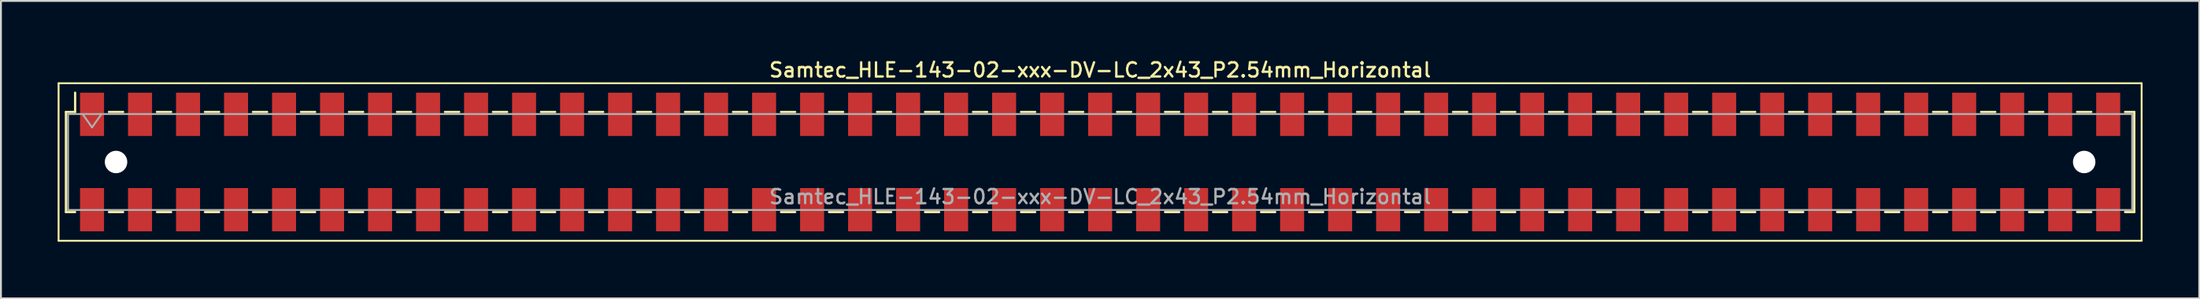
<source format=kicad_pcb>
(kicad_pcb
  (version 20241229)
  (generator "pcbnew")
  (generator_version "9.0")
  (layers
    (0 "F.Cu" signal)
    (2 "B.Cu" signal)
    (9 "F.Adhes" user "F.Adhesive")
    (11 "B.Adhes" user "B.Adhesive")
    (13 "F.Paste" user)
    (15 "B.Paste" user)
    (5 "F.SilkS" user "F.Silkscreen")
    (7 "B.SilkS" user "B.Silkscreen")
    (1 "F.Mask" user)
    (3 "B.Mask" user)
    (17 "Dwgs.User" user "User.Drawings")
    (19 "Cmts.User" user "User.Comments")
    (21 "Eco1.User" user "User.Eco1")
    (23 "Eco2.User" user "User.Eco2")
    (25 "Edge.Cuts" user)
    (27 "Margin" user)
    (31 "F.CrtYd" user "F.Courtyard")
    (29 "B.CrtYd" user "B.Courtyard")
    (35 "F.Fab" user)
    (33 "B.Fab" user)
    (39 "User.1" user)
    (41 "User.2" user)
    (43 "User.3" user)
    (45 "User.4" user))
  (footprint "Samtec_HLE-143-02-xxx-DV-LC_2x43_P2.54mm_Horizontal"
    (layer "F.Cu")
    (at 55.16 5.528)
    (property "Reference" "Samtec_HLE-143-02-xxx-DV-LC_2x43_P2.54mm_Horizontal" (at 0 -4.87 0) (layer "F.SilkS") (effects (font (size 0.75 0.75) (thickness 0.125))))
    (attr smd)
    (fp_line (start -55.11 -4.17) (end 55.11 -4.17) (stroke (width 0.1) (type solid)) (layer "F.SilkS"))
    (fp_line (start -55.11 4.17) (end -55.11 -4.17) (stroke (width 0.1) (type solid)) (layer "F.SilkS"))
    (fp_line (start -54.72 -2.65) (end -54.72 2.65) (stroke (width 0.12) (type solid)) (layer "F.SilkS"))
    (fp_line (start -54.72 2.65) (end -54.235 2.65) (stroke (width 0.12) (type solid)) (layer "F.SilkS"))
    (fp_line (start -54.235 -3.67) (end -54.235 -2.65) (stroke (width 0.12) (type solid)) (layer "F.SilkS"))
    (fp_line (start -54.235 -2.65) (end -54.72 -2.65) (stroke (width 0.12) (type solid)) (layer "F.SilkS"))
    (fp_line (start -52.445 -2.65) (end -51.695 -2.65) (stroke (width 0.12) (type solid)) (layer "F.SilkS"))
    (fp_line (start -52.445 2.65) (end -51.695 2.65) (stroke (width 0.12) (type solid)) (layer "F.SilkS"))
    (fp_line (start -49.905 -2.65) (end -49.155 -2.65) (stroke (width 0.12) (type solid)) (layer "F.SilkS"))
    (fp_line (start -49.905 2.65) (end -49.155 2.65) (stroke (width 0.12) (type solid)) (layer "F.SilkS"))
    (fp_line (start -47.365 -2.65) (end -46.615 -2.65) (stroke (width 0.12) (type solid)) (layer "F.SilkS"))
    (fp_line (start -47.365 2.65) (end -46.615 2.65) (stroke (width 0.12) (type solid)) (layer "F.SilkS"))
    (fp_line (start -44.825 -2.65) (end -44.075 -2.65) (stroke (width 0.12) (type solid)) (layer "F.SilkS"))
    (fp_line (start -44.825 2.65) (end -44.075 2.65) (stroke (width 0.12) (type solid)) (layer "F.SilkS"))
    (fp_line (start -42.285 -2.65) (end -41.535 -2.65) (stroke (width 0.12) (type solid)) (layer "F.SilkS"))
    (fp_line (start -42.285 2.65) (end -41.535 2.65) (stroke (width 0.12) (type solid)) (layer "F.SilkS"))
    (fp_line (start -39.745 -2.65) (end -38.995 -2.65) (stroke (width 0.12) (type solid)) (layer "F.SilkS"))
    (fp_line (start -39.745 2.65) (end -38.995 2.65) (stroke (width 0.12) (type solid)) (layer "F.SilkS"))
    (fp_line (start -37.205 -2.65) (end -36.455 -2.65) (stroke (width 0.12) (type solid)) (layer "F.SilkS"))
    (fp_line (start -37.205 2.65) (end -36.455 2.65) (stroke (width 0.12) (type solid)) (layer "F.SilkS"))
    (fp_line (start -34.665 -2.65) (end -33.915 -2.65) (stroke (width 0.12) (type solid)) (layer "F.SilkS"))
    (fp_line (start -34.665 2.65) (end -33.915 2.65) (stroke (width 0.12) (type solid)) (layer "F.SilkS"))
    (fp_line (start -32.125 -2.65) (end -31.375 -2.65) (stroke (width 0.12) (type solid)) (layer "F.SilkS"))
    (fp_line (start -32.125 2.65) (end -31.375 2.65) (stroke (width 0.12) (type solid)) (layer "F.SilkS"))
    (fp_line (start -29.585 -2.65) (end -28.835 -2.65) (stroke (width 0.12) (type solid)) (layer "F.SilkS"))
    (fp_line (start -29.585 2.65) (end -28.835 2.65) (stroke (width 0.12) (type solid)) (layer "F.SilkS"))
    (fp_line (start -27.045 -2.65) (end -26.295 -2.65) (stroke (width 0.12) (type solid)) (layer "F.SilkS"))
    (fp_line (start -27.045 2.65) (end -26.295 2.65) (stroke (width 0.12) (type solid)) (layer "F.SilkS"))
    (fp_line (start -24.505 -2.65) (end -23.755 -2.65) (stroke (width 0.12) (type solid)) (layer "F.SilkS"))
    (fp_line (start -24.505 2.65) (end -23.755 2.65) (stroke (width 0.12) (type solid)) (layer "F.SilkS"))
    (fp_line (start -21.965 -2.65) (end -21.215 -2.65) (stroke (width 0.12) (type solid)) (layer "F.SilkS"))
    (fp_line (start -21.965 2.65) (end -21.215 2.65) (stroke (width 0.12) (type solid)) (layer "F.SilkS"))
    (fp_line (start -19.425 -2.65) (end -18.675 -2.65) (stroke (width 0.12) (type solid)) (layer "F.SilkS"))
    (fp_line (start -19.425 2.65) (end -18.675 2.65) (stroke (width 0.12) (type solid)) (layer "F.SilkS"))
    (fp_line (start -16.885 -2.65) (end -16.135 -2.65) (stroke (width 0.12) (type solid)) (layer "F.SilkS"))
    (fp_line (start -16.885 2.65) (end -16.135 2.65) (stroke (width 0.12) (type solid)) (layer "F.SilkS"))
    (fp_line (start -14.345 -2.65) (end -13.595 -2.65) (stroke (width 0.12) (type solid)) (layer "F.SilkS"))
    (fp_line (start -14.345 2.65) (end -13.595 2.65) (stroke (width 0.12) (type solid)) (layer "F.SilkS"))
    (fp_line (start -11.805 -2.65) (end -11.055 -2.65) (stroke (width 0.12) (type solid)) (layer "F.SilkS"))
    (fp_line (start -11.805 2.65) (end -11.055 2.65) (stroke (width 0.12) (type solid)) (layer "F.SilkS"))
    (fp_line (start -9.265 -2.65) (end -8.515 -2.65) (stroke (width 0.12) (type solid)) (layer "F.SilkS"))
    (fp_line (start -9.265 2.65) (end -8.515 2.65) (stroke (width 0.12) (type solid)) (layer "F.SilkS"))
    (fp_line (start -6.725 -2.65) (end -5.975 -2.65) (stroke (width 0.12) (type solid)) (layer "F.SilkS"))
    (fp_line (start -6.725 2.65) (end -5.975 2.65) (stroke (width 0.12) (type solid)) (layer "F.SilkS"))
    (fp_line (start -4.185 -2.65) (end -3.435 -2.65) (stroke (width 0.12) (type solid)) (layer "F.SilkS"))
    (fp_line (start -4.185 2.65) (end -3.435 2.65) (stroke (width 0.12) (type solid)) (layer "F.SilkS"))
    (fp_line (start -1.645 -2.65) (end -0.895 -2.65) (stroke (width 0.12) (type solid)) (layer "F.SilkS"))
    (fp_line (start -1.645 2.65) (end -0.895 2.65) (stroke (width 0.12) (type solid)) (layer "F.SilkS"))
    (fp_line (start 0.895 -2.65) (end 1.645 -2.65) (stroke (width 0.12) (type solid)) (layer "F.SilkS"))
    (fp_line (start 0.895 2.65) (end 1.645 2.65) (stroke (width 0.12) (type solid)) (layer "F.SilkS"))
    (fp_line (start 3.435 -2.65) (end 4.185 -2.65) (stroke (width 0.12) (type solid)) (layer "F.SilkS"))
    (fp_line (start 3.435 2.65) (end 4.185 2.65) (stroke (width 0.12) (type solid)) (layer "F.SilkS"))
    (fp_line (start 5.975 -2.65) (end 6.725 -2.65) (stroke (width 0.12) (type solid)) (layer "F.SilkS"))
    (fp_line (start 5.975 2.65) (end 6.725 2.65) (stroke (width 0.12) (type solid)) (layer "F.SilkS"))
    (fp_line (start 8.515 -2.65) (end 9.265 -2.65) (stroke (width 0.12) (type solid)) (layer "F.SilkS"))
    (fp_line (start 8.515 2.65) (end 9.265 2.65) (stroke (width 0.12) (type solid)) (layer "F.SilkS"))
    (fp_line (start 11.055 -2.65) (end 11.805 -2.65) (stroke (width 0.12) (type solid)) (layer "F.SilkS"))
    (fp_line (start 11.055 2.65) (end 11.805 2.65) (stroke (width 0.12) (type solid)) (layer "F.SilkS"))
    (fp_line (start 13.595 -2.65) (end 14.345 -2.65) (stroke (width 0.12) (type solid)) (layer "F.SilkS"))
    (fp_line (start 13.595 2.65) (end 14.345 2.65) (stroke (width 0.12) (type solid)) (layer "F.SilkS"))
    (fp_line (start 16.135 -2.65) (end 16.885 -2.65) (stroke (width 0.12) (type solid)) (layer "F.SilkS"))
    (fp_line (start 16.135 2.65) (end 16.885 2.65) (stroke (width 0.12) (type solid)) (layer "F.SilkS"))
    (fp_line (start 18.675 -2.65) (end 19.425 -2.65) (stroke (width 0.12) (type solid)) (layer "F.SilkS"))
    (fp_line (start 18.675 2.65) (end 19.425 2.65) (stroke (width 0.12) (type solid)) (layer "F.SilkS"))
    (fp_line (start 21.215 -2.65) (end 21.965 -2.65) (stroke (width 0.12) (type solid)) (layer "F.SilkS"))
    (fp_line (start 21.215 2.65) (end 21.965 2.65) (stroke (width 0.12) (type solid)) (layer "F.SilkS"))
    (fp_line (start 23.755 -2.65) (end 24.505 -2.65) (stroke (width 0.12) (type solid)) (layer "F.SilkS"))
    (fp_line (start 23.755 2.65) (end 24.505 2.65) (stroke (width 0.12) (type solid)) (layer "F.SilkS"))
    (fp_line (start 26.295 -2.65) (end 27.045 -2.65) (stroke (width 0.12) (type solid)) (layer "F.SilkS"))
    (fp_line (start 26.295 2.65) (end 27.045 2.65) (stroke (width 0.12) (type solid)) (layer "F.SilkS"))
    (fp_line (start 28.835 -2.65) (end 29.585 -2.65) (stroke (width 0.12) (type solid)) (layer "F.SilkS"))
    (fp_line (start 28.835 2.65) (end 29.585 2.65) (stroke (width 0.12) (type solid)) (layer "F.SilkS"))
    (fp_line (start 31.375 -2.65) (end 32.125 -2.65) (stroke (width 0.12) (type solid)) (layer "F.SilkS"))
    (fp_line (start 31.375 2.65) (end 32.125 2.65) (stroke (width 0.12) (type solid)) (layer "F.SilkS"))
    (fp_line (start 33.915 -2.65) (end 34.665 -2.65) (stroke (width 0.12) (type solid)) (layer "F.SilkS"))
    (fp_line (start 33.915 2.65) (end 34.665 2.65) (stroke (width 0.12) (type solid)) (layer "F.SilkS"))
    (fp_line (start 36.455 -2.65) (end 37.205 -2.65) (stroke (width 0.12) (type solid)) (layer "F.SilkS"))
    (fp_line (start 36.455 2.65) (end 37.205 2.65) (stroke (width 0.12) (type solid)) (layer "F.SilkS"))
    (fp_line (start 38.995 -2.65) (end 39.745 -2.65) (stroke (width 0.12) (type solid)) (layer "F.SilkS"))
    (fp_line (start 38.995 2.65) (end 39.745 2.65) (stroke (width 0.12) (type solid)) (layer "F.SilkS"))
    (fp_line (start 41.535 -2.65) (end 42.285 -2.65) (stroke (width 0.12) (type solid)) (layer "F.SilkS"))
    (fp_line (start 41.535 2.65) (end 42.285 2.65) (stroke (width 0.12) (type solid)) (layer "F.SilkS"))
    (fp_line (start 44.075 -2.65) (end 44.825 -2.65) (stroke (width 0.12) (type solid)) (layer "F.SilkS"))
    (fp_line (start 44.075 2.65) (end 44.825 2.65) (stroke (width 0.12) (type solid)) (layer "F.SilkS"))
    (fp_line (start 46.615 -2.65) (end 47.365 -2.65) (stroke (width 0.12) (type solid)) (layer "F.SilkS"))
    (fp_line (start 46.615 2.65) (end 47.365 2.65) (stroke (width 0.12) (type solid)) (layer "F.SilkS"))
    (fp_line (start 49.155 -2.65) (end 49.905 -2.65) (stroke (width 0.12) (type solid)) (layer "F.SilkS"))
    (fp_line (start 49.155 2.65) (end 49.905 2.65) (stroke (width 0.12) (type solid)) (layer "F.SilkS"))
    (fp_line (start 51.695 -2.65) (end 52.445 -2.65) (stroke (width 0.12) (type solid)) (layer "F.SilkS"))
    (fp_line (start 51.695 2.65) (end 52.445 2.65) (stroke (width 0.12) (type solid)) (layer "F.SilkS"))
    (fp_line (start 54.235 -2.65) (end 54.72 -2.65) (stroke (width 0.12) (type solid)) (layer "F.SilkS"))
    (fp_line (start 54.72 -2.65) (end 54.72 2.65) (stroke (width 0.12) (type solid)) (layer "F.SilkS"))
    (fp_line (start 54.72 2.65) (end 54.235 2.65) (stroke (width 0.12) (type solid)) (layer "F.SilkS"))
    (fp_line (start 55.11 -4.17) (end 55.11 4.17) (stroke (width 0.1) (type solid)) (layer "F.SilkS"))
    (fp_line (start 55.11 4.17) (end -55.11 4.17) (stroke (width 0.1) (type solid)) (layer "F.SilkS"))
    (fp_line (start -54.61 -2.54) (end 54.61 -2.54) (stroke (width 0.1) (type solid)) (layer "F.Fab"))
    (fp_line (start -54.61 2.54) (end -54.61 -2.54) (stroke (width 0.1) (type solid)) (layer "F.Fab"))
    (fp_line (start -53.84 -2.54) (end -53.34 -1.833) (stroke (width 0.1) (type solid)) (layer "F.Fab"))
    (fp_line (start -53.34 -1.833) (end -52.84 -2.54) (stroke (width 0.1) (type solid)) (layer "F.Fab"))
    (fp_line (start 54.61 -2.54) (end 54.61 2.54) (stroke (width 0.1) (type solid)) (layer "F.Fab"))
    (fp_line (start 54.61 2.54) (end -54.61 2.54) (stroke (width 0.1) (type solid)) (layer "F.Fab"))
    (fp_text user "${REFERENCE}" (at 0 1.84 0) (layer "F.Fab") (effects (font (size 0.75 0.75) (thickness 0.125))))
    (pad "" np_thru_hole circle (at -52.07 0) (size 1.19 1.19) (drill 1.19) (layers "*.Cu" "*.Mask"))
    (pad "" np_thru_hole circle (at 52.07 0) (size 1.19 1.19) (drill 1.19) (layers "*.Cu" "*.Mask"))
    (pad "1" smd rect (at -53.34 -2.525) (size 1.27 2.29) (layers "F.Cu" "F.Mask" "F.Paste"))
    (pad "2" smd rect (at -53.34 2.525) (size 1.27 2.29) (layers "F.Cu" "F.Mask" "F.Paste"))
    (pad "3" smd rect (at -50.8 -2.525) (size 1.27 2.29) (layers "F.Cu" "F.Mask" "F.Paste"))
    (pad "4" smd rect (at -50.8 2.525) (size 1.27 2.29) (layers "F.Cu" "F.Mask" "F.Paste"))
    (pad "5" smd rect (at -48.26 -2.525) (size 1.27 2.29) (layers "F.Cu" "F.Mask" "F.Paste"))
    (pad "6" smd rect (at -48.26 2.525) (size 1.27 2.29) (layers "F.Cu" "F.Mask" "F.Paste"))
    (pad "7" smd rect (at -45.72 -2.525) (size 1.27 2.29) (layers "F.Cu" "F.Mask" "F.Paste"))
    (pad "8" smd rect (at -45.72 2.525) (size 1.27 2.29) (layers "F.Cu" "F.Mask" "F.Paste"))
    (pad "9" smd rect (at -43.18 -2.525) (size 1.27 2.29) (layers "F.Cu" "F.Mask" "F.Paste"))
    (pad "10" smd rect (at -43.18 2.525) (size 1.27 2.29) (layers "F.Cu" "F.Mask" "F.Paste"))
    (pad "11" smd rect (at -40.64 -2.525) (size 1.27 2.29) (layers "F.Cu" "F.Mask" "F.Paste"))
    (pad "12" smd rect (at -40.64 2.525) (size 1.27 2.29) (layers "F.Cu" "F.Mask" "F.Paste"))
    (pad "13" smd rect (at -38.1 -2.525) (size 1.27 2.29) (layers "F.Cu" "F.Mask" "F.Paste"))
    (pad "14" smd rect (at -38.1 2.525) (size 1.27 2.29) (layers "F.Cu" "F.Mask" "F.Paste"))
    (pad "15" smd rect (at -35.56 -2.525) (size 1.27 2.29) (layers "F.Cu" "F.Mask" "F.Paste"))
    (pad "16" smd rect (at -35.56 2.525) (size 1.27 2.29) (layers "F.Cu" "F.Mask" "F.Paste"))
    (pad "17" smd rect (at -33.02 -2.525) (size 1.27 2.29) (layers "F.Cu" "F.Mask" "F.Paste"))
    (pad "18" smd rect (at -33.02 2.525) (size 1.27 2.29) (layers "F.Cu" "F.Mask" "F.Paste"))
    (pad "19" smd rect (at -30.48 -2.525) (size 1.27 2.29) (layers "F.Cu" "F.Mask" "F.Paste"))
    (pad "20" smd rect (at -30.48 2.525) (size 1.27 2.29) (layers "F.Cu" "F.Mask" "F.Paste"))
    (pad "21" smd rect (at -27.94 -2.525) (size 1.27 2.29) (layers "F.Cu" "F.Mask" "F.Paste"))
    (pad "22" smd rect (at -27.94 2.525) (size 1.27 2.29) (layers "F.Cu" "F.Mask" "F.Paste"))
    (pad "23" smd rect (at -25.4 -2.525) (size 1.27 2.29) (layers "F.Cu" "F.Mask" "F.Paste"))
    (pad "24" smd rect (at -25.4 2.525) (size 1.27 2.29) (layers "F.Cu" "F.Mask" "F.Paste"))
    (pad "25" smd rect (at -22.86 -2.525) (size 1.27 2.29) (layers "F.Cu" "F.Mask" "F.Paste"))
    (pad "26" smd rect (at -22.86 2.525) (size 1.27 2.29) (layers "F.Cu" "F.Mask" "F.Paste"))
    (pad "27" smd rect (at -20.32 -2.525) (size 1.27 2.29) (layers "F.Cu" "F.Mask" "F.Paste"))
    (pad "28" smd rect (at -20.32 2.525) (size 1.27 2.29) (layers "F.Cu" "F.Mask" "F.Paste"))
    (pad "29" smd rect (at -17.78 -2.525) (size 1.27 2.29) (layers "F.Cu" "F.Mask" "F.Paste"))
    (pad "30" smd rect (at -17.78 2.525) (size 1.27 2.29) (layers "F.Cu" "F.Mask" "F.Paste"))
    (pad "31" smd rect (at -15.24 -2.525) (size 1.27 2.29) (layers "F.Cu" "F.Mask" "F.Paste"))
    (pad "32" smd rect (at -15.24 2.525) (size 1.27 2.29) (layers "F.Cu" "F.Mask" "F.Paste"))
    (pad "33" smd rect (at -12.7 -2.525) (size 1.27 2.29) (layers "F.Cu" "F.Mask" "F.Paste"))
    (pad "34" smd rect (at -12.7 2.525) (size 1.27 2.29) (layers "F.Cu" "F.Mask" "F.Paste"))
    (pad "35" smd rect (at -10.16 -2.525) (size 1.27 2.29) (layers "F.Cu" "F.Mask" "F.Paste"))
    (pad "36" smd rect (at -10.16 2.525) (size 1.27 2.29) (layers "F.Cu" "F.Mask" "F.Paste"))
    (pad "37" smd rect (at -7.62 -2.525) (size 1.27 2.29) (layers "F.Cu" "F.Mask" "F.Paste"))
    (pad "38" smd rect (at -7.62 2.525) (size 1.27 2.29) (layers "F.Cu" "F.Mask" "F.Paste"))
    (pad "39" smd rect (at -5.08 -2.525) (size 1.27 2.29) (layers "F.Cu" "F.Mask" "F.Paste"))
    (pad "40" smd rect (at -5.08 2.525) (size 1.27 2.29) (layers "F.Cu" "F.Mask" "F.Paste"))
    (pad "41" smd rect (at -2.54 -2.525) (size 1.27 2.29) (layers "F.Cu" "F.Mask" "F.Paste"))
    (pad "42" smd rect (at -2.54 2.525) (size 1.27 2.29) (layers "F.Cu" "F.Mask" "F.Paste"))
    (pad "43" smd rect (at 0 -2.525) (size 1.27 2.29) (layers "F.Cu" "F.Mask" "F.Paste"))
    (pad "44" smd rect (at 0 2.525) (size 1.27 2.29) (layers "F.Cu" "F.Mask" "F.Paste"))
    (pad "45" smd rect (at 2.54 -2.525) (size 1.27 2.29) (layers "F.Cu" "F.Mask" "F.Paste"))
    (pad "46" smd rect (at 2.54 2.525) (size 1.27 2.29) (layers "F.Cu" "F.Mask" "F.Paste"))
    (pad "47" smd rect (at 5.08 -2.525) (size 1.27 2.29) (layers "F.Cu" "F.Mask" "F.Paste"))
    (pad "48" smd rect (at 5.08 2.525) (size 1.27 2.29) (layers "F.Cu" "F.Mask" "F.Paste"))
    (pad "49" smd rect (at 7.62 -2.525) (size 1.27 2.29) (layers "F.Cu" "F.Mask" "F.Paste"))
    (pad "50" smd rect (at 7.62 2.525) (size 1.27 2.29) (layers "F.Cu" "F.Mask" "F.Paste"))
    (pad "51" smd rect (at 10.16 -2.525) (size 1.27 2.29) (layers "F.Cu" "F.Mask" "F.Paste"))
    (pad "52" smd rect (at 10.16 2.525) (size 1.27 2.29) (layers "F.Cu" "F.Mask" "F.Paste"))
    (pad "53" smd rect (at 12.7 -2.525) (size 1.27 2.29) (layers "F.Cu" "F.Mask" "F.Paste"))
    (pad "54" smd rect (at 12.7 2.525) (size 1.27 2.29) (layers "F.Cu" "F.Mask" "F.Paste"))
    (pad "55" smd rect (at 15.24 -2.525) (size 1.27 2.29) (layers "F.Cu" "F.Mask" "F.Paste"))
    (pad "56" smd rect (at 15.24 2.525) (size 1.27 2.29) (layers "F.Cu" "F.Mask" "F.Paste"))
    (pad "57" smd rect (at 17.78 -2.525) (size 1.27 2.29) (layers "F.Cu" "F.Mask" "F.Paste"))
    (pad "58" smd rect (at 17.78 2.525) (size 1.27 2.29) (layers "F.Cu" "F.Mask" "F.Paste"))
    (pad "59" smd rect (at 20.32 -2.525) (size 1.27 2.29) (layers "F.Cu" "F.Mask" "F.Paste"))
    (pad "60" smd rect (at 20.32 2.525) (size 1.27 2.29) (layers "F.Cu" "F.Mask" "F.Paste"))
    (pad "61" smd rect (at 22.86 -2.525) (size 1.27 2.29) (layers "F.Cu" "F.Mask" "F.Paste"))
    (pad "62" smd rect (at 22.86 2.525) (size 1.27 2.29) (layers "F.Cu" "F.Mask" "F.Paste"))
    (pad "63" smd rect (at 25.4 -2.525) (size 1.27 2.29) (layers "F.Cu" "F.Mask" "F.Paste"))
    (pad "64" smd rect (at 25.4 2.525) (size 1.27 2.29) (layers "F.Cu" "F.Mask" "F.Paste"))
    (pad "65" smd rect (at 27.94 -2.525) (size 1.27 2.29) (layers "F.Cu" "F.Mask" "F.Paste"))
    (pad "66" smd rect (at 27.94 2.525) (size 1.27 2.29) (layers "F.Cu" "F.Mask" "F.Paste"))
    (pad "67" smd rect (at 30.48 -2.525) (size 1.27 2.29) (layers "F.Cu" "F.Mask" "F.Paste"))
    (pad "68" smd rect (at 30.48 2.525) (size 1.27 2.29) (layers "F.Cu" "F.Mask" "F.Paste"))
    (pad "69" smd rect (at 33.02 -2.525) (size 1.27 2.29) (layers "F.Cu" "F.Mask" "F.Paste"))
    (pad "70" smd rect (at 33.02 2.525) (size 1.27 2.29) (layers "F.Cu" "F.Mask" "F.Paste"))
    (pad "71" smd rect (at 35.56 -2.525) (size 1.27 2.29) (layers "F.Cu" "F.Mask" "F.Paste"))
    (pad "72" smd rect (at 35.56 2.525) (size 1.27 2.29) (layers "F.Cu" "F.Mask" "F.Paste"))
    (pad "73" smd rect (at 38.1 -2.525) (size 1.27 2.29) (layers "F.Cu" "F.Mask" "F.Paste"))
    (pad "74" smd rect (at 38.1 2.525) (size 1.27 2.29) (layers "F.Cu" "F.Mask" "F.Paste"))
    (pad "75" smd rect (at 40.64 -2.525) (size 1.27 2.29) (layers "F.Cu" "F.Mask" "F.Paste"))
    (pad "76" smd rect (at 40.64 2.525) (size 1.27 2.29) (layers "F.Cu" "F.Mask" "F.Paste"))
    (pad "77" smd rect (at 43.18 -2.525) (size 1.27 2.29) (layers "F.Cu" "F.Mask" "F.Paste"))
    (pad "78" smd rect (at 43.18 2.525) (size 1.27 2.29) (layers "F.Cu" "F.Mask" "F.Paste"))
    (pad "79" smd rect (at 45.72 -2.525) (size 1.27 2.29) (layers "F.Cu" "F.Mask" "F.Paste"))
    (pad "80" smd rect (at 45.72 2.525) (size 1.27 2.29) (layers "F.Cu" "F.Mask" "F.Paste"))
    (pad "81" smd rect (at 48.26 -2.525) (size 1.27 2.29) (layers "F.Cu" "F.Mask" "F.Paste"))
    (pad "82" smd rect (at 48.26 2.525) (size 1.27 2.29) (layers "F.Cu" "F.Mask" "F.Paste"))
    (pad "83" smd rect (at 50.8 -2.525) (size 1.27 2.29) (layers "F.Cu" "F.Mask" "F.Paste"))
    (pad "84" smd rect (at 50.8 2.525) (size 1.27 2.29) (layers "F.Cu" "F.Mask" "F.Paste"))
    (pad "85" smd rect (at 53.34 -2.525) (size 1.27 2.29) (layers "F.Cu" "F.Mask" "F.Paste"))
    (pad "86" smd rect (at 53.34 2.525) (size 1.27 2.29) (layers "F.Cu" "F.Mask" "F.Paste")))
  (gr_rect
    (start -3 -3)
    (end 113.32 12.748)
    (stroke (width 0.1) (type default))
    (fill no)
    (layer "Edge.Cuts")))
</source>
